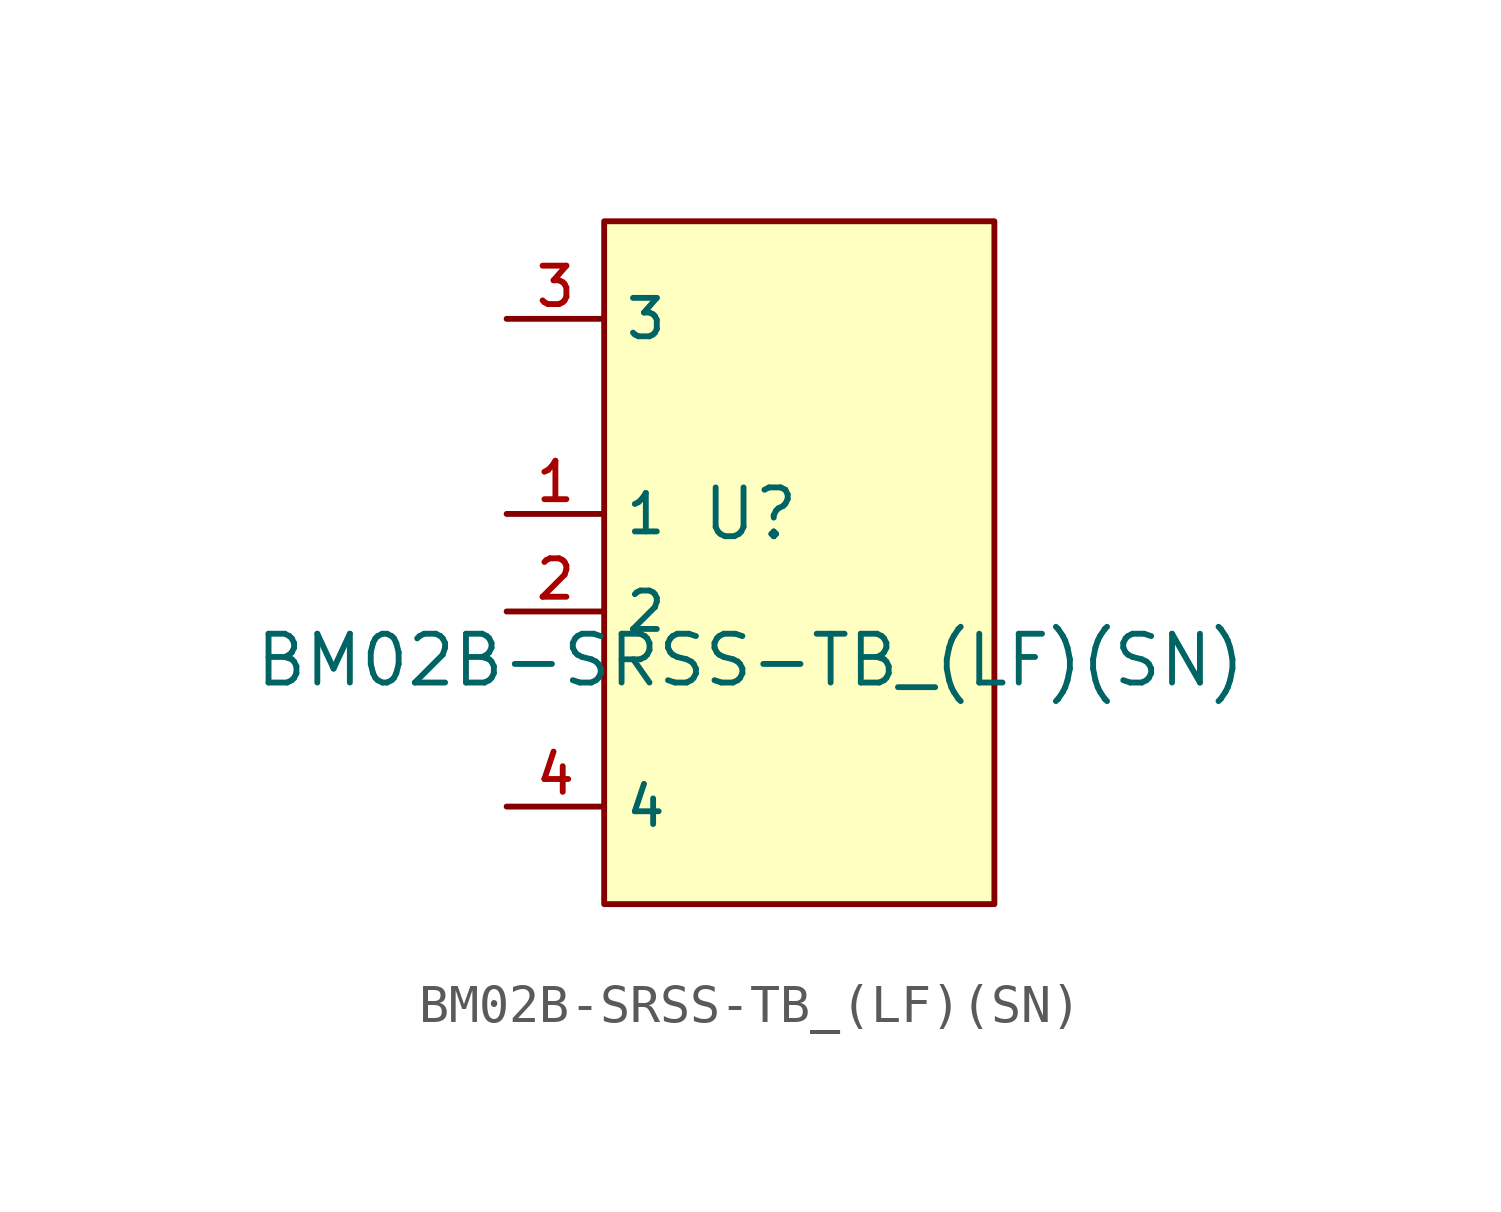
<source format=kicad_sym>
(kicad_symbol_lib
  (version 20210201)
  (generator TousstNicolas/JLC2KiCad_lib)
  (symbol "BM02B-SRSS-TB_(LF)(SN)"
    (property "Reference" "U"
      (at 0 1.27 0)
      (effects (font (size 1.27 1.27))))
    (property "Value" "BM02B-SRSS-TB_(LF)(SN)"
      (at 0 -2.54 0)
      (effects (font (size 1.27 1.27))))
    (symbol "BM02B-SRSS-TB_(LF)(SN)_0_1"
      (rectangle (start -3.81 8.89) (end 6.35 -8.89) (stroke (width 0) (type default) (color 0 0 0 0)) (fill (type background)))
      (pin unspecified line (at -6.35 1.27 0) (length 2.54) (name "1" (effects (font (size 1 1)))) (number "1" (effects (font (size 1 1)))))
      (pin unspecified line (at -6.35 -1.27 0) (length 2.54) (name "2" (effects (font (size 1 1)))) (number "2" (effects (font (size 1 1)))))
      (pin unspecified line (at -6.35 6.35 0) (length 2.54) (name "3" (effects (font (size 1 1)))) (number "3" (effects (font (size 1 1)))))
      (pin unspecified line (at -6.35 -6.35 0) (length 2.54) (name "4" (effects (font (size 1 1)))) (number "4" (effects (font (size 1 1))))))))
</source>
